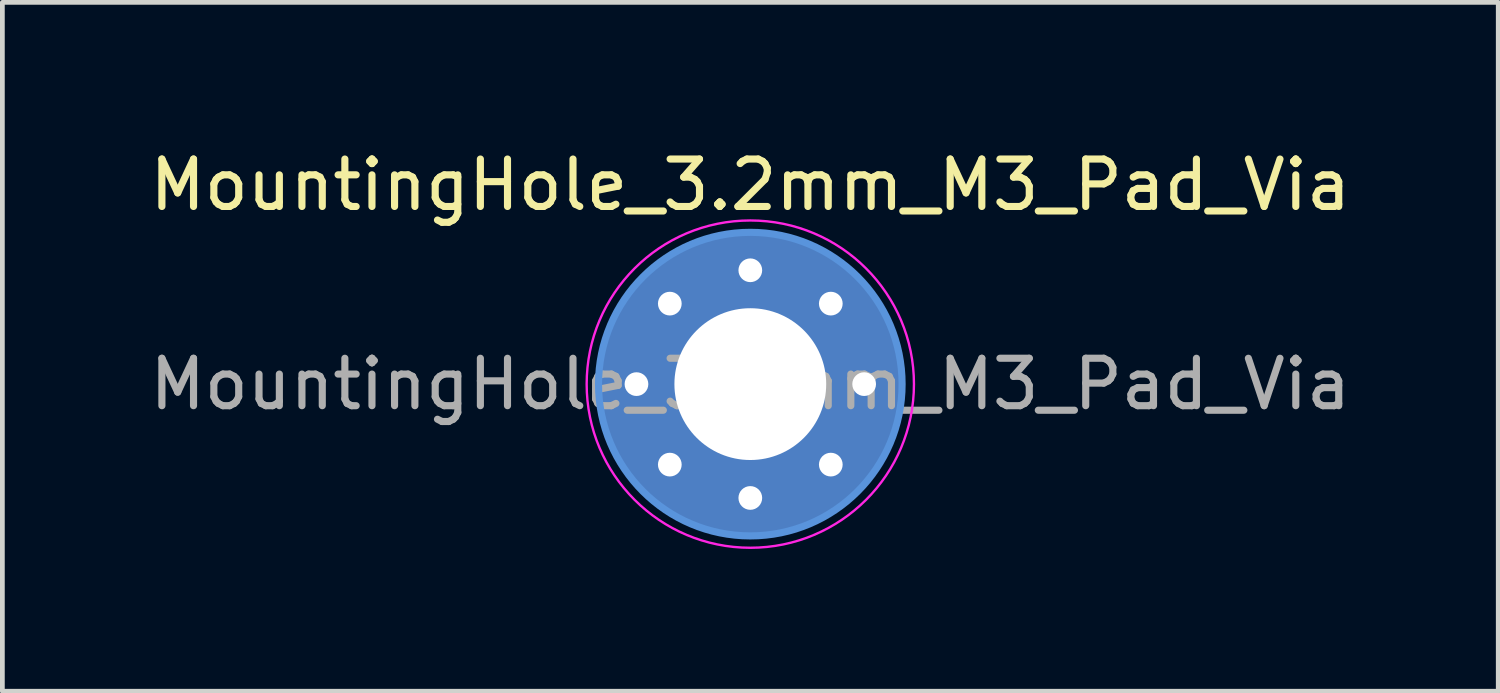
<source format=kicad_pcb>
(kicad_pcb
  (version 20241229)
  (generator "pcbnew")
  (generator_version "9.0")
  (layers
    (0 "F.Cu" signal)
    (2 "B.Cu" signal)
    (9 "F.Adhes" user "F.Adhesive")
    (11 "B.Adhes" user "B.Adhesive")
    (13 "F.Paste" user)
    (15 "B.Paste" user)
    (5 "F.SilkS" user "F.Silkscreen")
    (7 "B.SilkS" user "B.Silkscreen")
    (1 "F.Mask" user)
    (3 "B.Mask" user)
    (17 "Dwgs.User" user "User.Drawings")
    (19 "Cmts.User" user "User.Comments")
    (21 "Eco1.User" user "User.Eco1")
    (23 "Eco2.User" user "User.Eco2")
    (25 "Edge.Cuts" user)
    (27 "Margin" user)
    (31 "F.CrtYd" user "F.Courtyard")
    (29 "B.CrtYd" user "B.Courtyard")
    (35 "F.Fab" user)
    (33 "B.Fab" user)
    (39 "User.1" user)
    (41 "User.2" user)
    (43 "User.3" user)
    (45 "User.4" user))
  (footprint "MountingHole_3.2mm_M3_Pad_Via"
    (layer "F.Cu")
    (at 12.768 5.048)
    (property "Reference" "MountingHole_3.2mm_M3_Pad_Via" (at 0 -4.2 0) (layer "F.SilkS") (effects (font (size 1 1) (thickness 0.15))))
    (attr exclude_from_pos_files exclude_from_bom)
    (fp_circle (center 0 0) (end 3.2 0) (stroke (width 0.15) (type solid)) (fill no) (layer "Cmts.User"))
    (fp_circle (center 0 0) (end 3.45 0) (stroke (width 0.05) (type solid)) (fill no) (layer "F.CrtYd"))
    (fp_text user "${REFERENCE}" (at 0 0 0) (layer "F.Fab") (effects (font (size 1 1) (thickness 0.15))))
    (pad "" thru_hole circle (at -2.4 0) (size 0.8 0.8) (drill 0.5) (layers "*.Cu" "*.Mask"))
    (pad "" thru_hole circle (at -1.697 -1.697) (size 0.8 0.8) (drill 0.5) (layers "*.Cu" "*.Mask"))
    (pad "" thru_hole circle (at -1.697 1.697) (size 0.8 0.8) (drill 0.5) (layers "*.Cu" "*.Mask"))
    (pad "" thru_hole circle (at 0 -2.4) (size 0.8 0.8) (drill 0.5) (layers "*.Cu" "*.Mask"))
    (pad "" thru_hole circle (at 0 0) (size 6.4 6.4) (drill 3.2) (layers "*.Cu" "*.Mask"))
    (pad "" thru_hole circle (at 0 2.4) (size 0.8 0.8) (drill 0.5) (layers "*.Cu" "*.Mask"))
    (pad "" thru_hole circle (at 1.697 -1.697) (size 0.8 0.8) (drill 0.5) (layers "*.Cu" "*.Mask"))
    (pad "" thru_hole circle (at 1.697 1.697) (size 0.8 0.8) (drill 0.5) (layers "*.Cu" "*.Mask"))
    (pad "" thru_hole circle (at 2.4 0) (size 0.8 0.8) (drill 0.5) (layers "*.Cu" "*.Mask")))
  (gr_rect
    (start -3 -3)
    (end 28.536 11.523)
    (stroke (width 0.1) (type default))
    (fill no)
    (layer "Edge.Cuts")))
</source>
